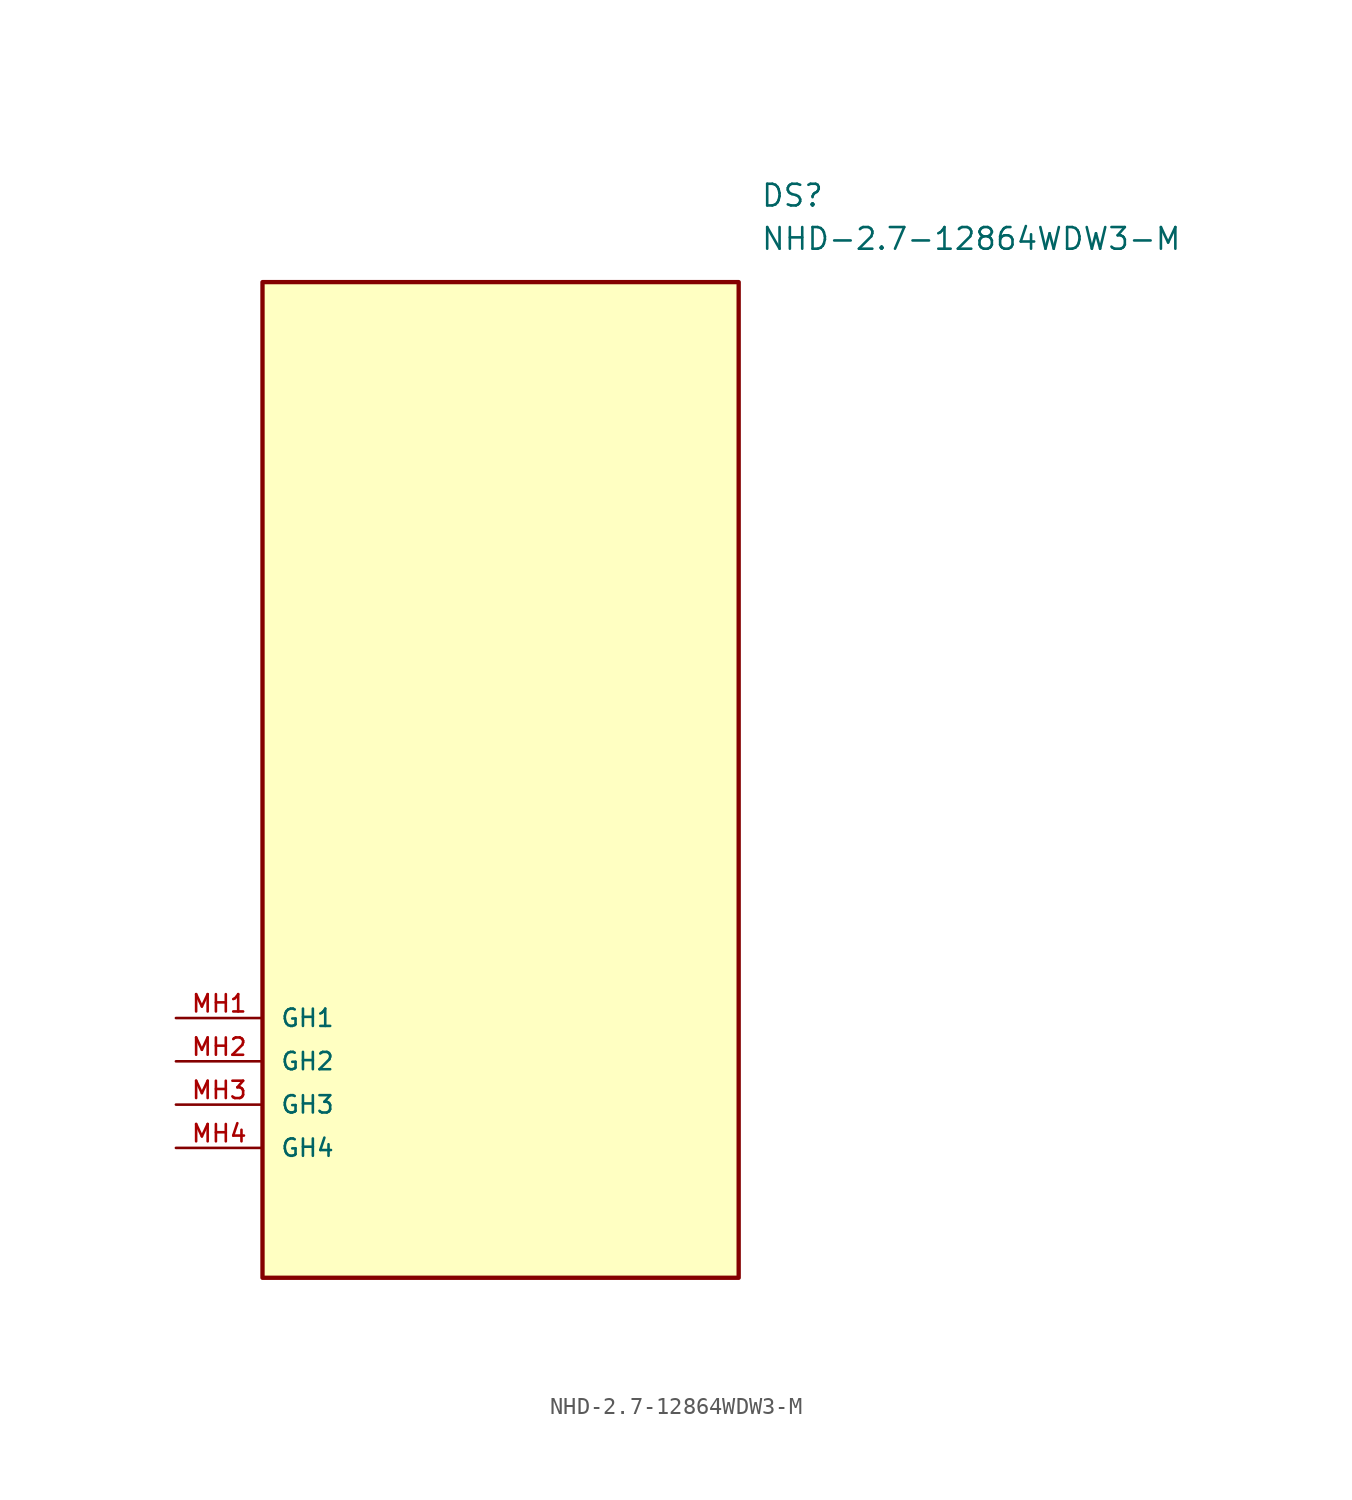
<source format=kicad_sym>
(kicad_symbol_lib
  (version 20211014)
  (generator kicad_symbol_editor)
  (symbol "NHD-2.7-12864WDW3-M"
    (pin_names
      (offset 1.016))
    (property "Reference" "DS"
      (at 34.29 7.62 0)
      (effects (font (size 1.27 1.27)) (justify left)))
    (property "Value" "NHD-2.7-12864WDW3-M"
      (at 34.29 5.08 0)
      (effects (font (size 1.27 1.27)) (justify left)))
    (symbol "NHD-2.7-12864WDW3-M_0_0"
      (rectangle (start 5.08 -55.88) (end 33.02 2.54) (stroke (width 0.254)) (fill (type background)))
      (pin bidirectional line (at 0.0 -40.64 0) (length 5.08) (name "GH1" (effects (font (size 1.016 1.016)))) (number "MH1" (effects (font (size 1.016 1.016)))))
      (pin bidirectional line (at 0.0 -43.18 0) (length 5.08) (name "GH2" (effects (font (size 1.016 1.016)))) (number "MH2" (effects (font (size 1.016 1.016)))))
      (pin bidirectional line (at 0.0 -45.72 0) (length 5.08) (name "GH3" (effects (font (size 1.016 1.016)))) (number "MH3" (effects (font (size 1.016 1.016)))))
      (pin bidirectional line (at 0.0 -48.26 0) (length 5.08) (name "GH4" (effects (font (size 1.016 1.016)))) (number "MH4" (effects (font (size 1.016 1.016))))))))
</source>
